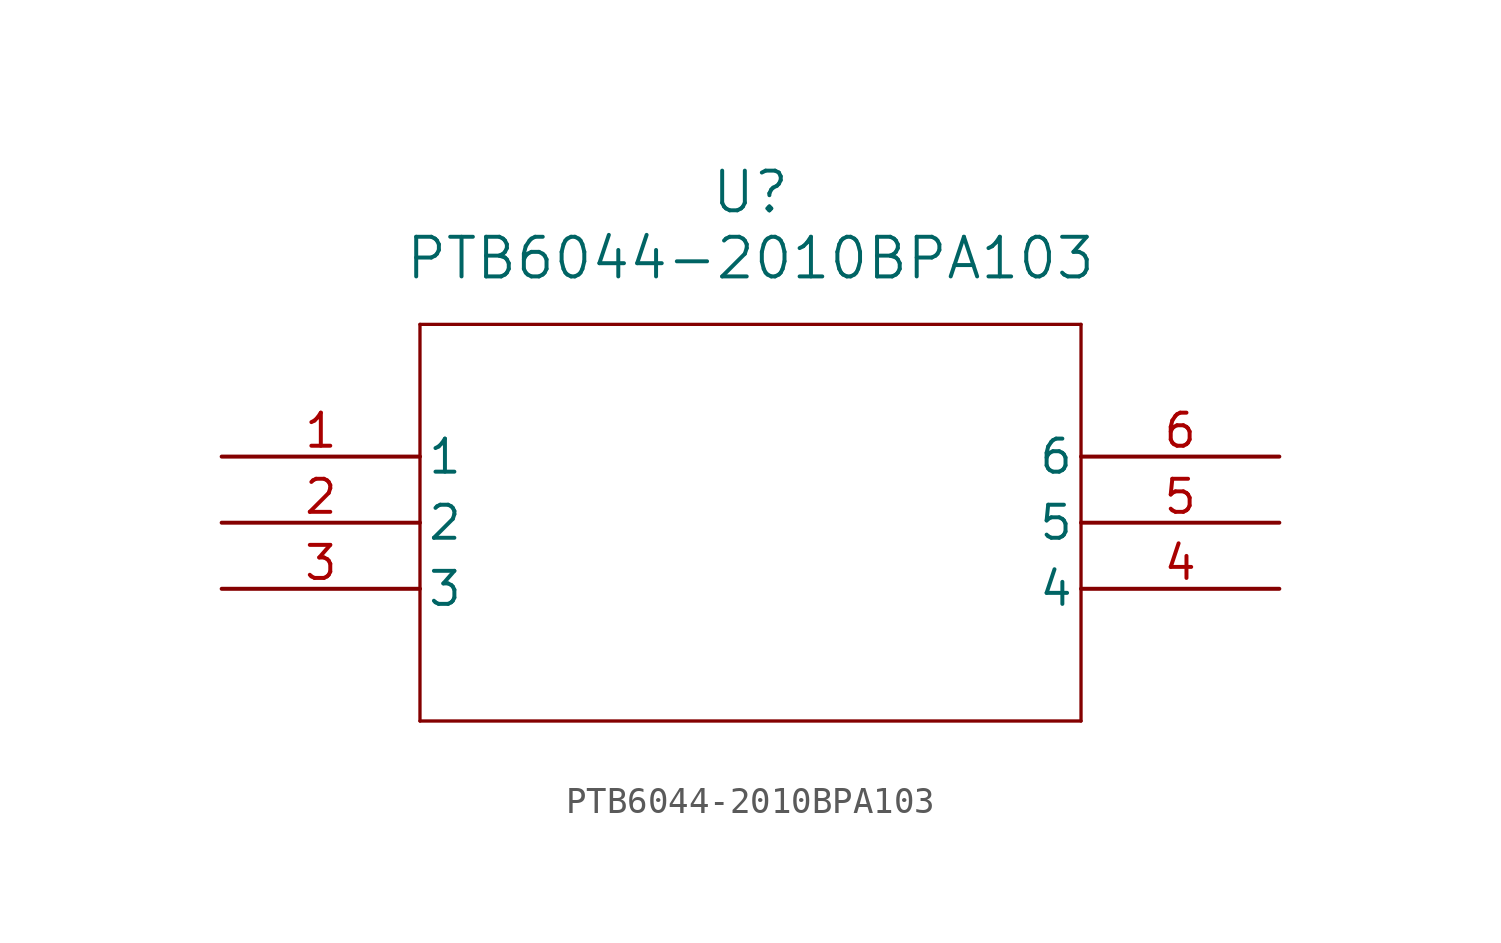
<source format=kicad_sym>
(kicad_symbol_lib
  (version 20211014)
  (generator kicad_symbol_editor)
  (symbol "PTB6044-2010BPA103"
    (pin_names
      (offset 0.254))
    (property "Reference" "U"
      (at 20.32 10.16 0)
      (effects (font (size 1.524 1.524))))
    (property "Value" "PTB6044-2010BPA103"
      (at 20.32 7.62 0)
      (effects (font (size 1.524 1.524))))
    (symbol "PTB6044-2010BPA103_0_1"
      (polyline (pts (xy 7.62 5.08) (xy 7.62 -10.16)) (stroke (width 0.127) (type default) (color 0 0 0 0)) (fill (type none)))
      (polyline (pts (xy 7.62 -10.16) (xy 33.02 -10.16)) (stroke (width 0.127) (type default) (color 0 0 0 0)) (fill (type none)))
      (polyline (pts (xy 33.02 -10.16) (xy 33.02 5.08)) (stroke (width 0.127) (type default) (color 0 0 0 0)) (fill (type none)))
      (polyline (pts (xy 33.02 5.08) (xy 7.62 5.08)) (stroke (width 0.127) (type default) (color 0 0 0 0)) (fill (type none)))
      (pin unspecified line (at 0 0 0) (length 7.62) (name "1" (effects (font (size 1.27 1.27)))) (number "1" (effects (font (size 1.27 1.27)))))
      (pin unspecified line (at 0 -2.54 0) (length 7.62) (name "2" (effects (font (size 1.27 1.27)))) (number "2" (effects (font (size 1.27 1.27)))))
      (pin unspecified line (at 0 -5.08 0) (length 7.62) (name "3" (effects (font (size 1.27 1.27)))) (number "3" (effects (font (size 1.27 1.27)))))
      (pin unspecified line (at 40.64 -5.08 180) (length 7.62) (name "4" (effects (font (size 1.27 1.27)))) (number "4" (effects (font (size 1.27 1.27)))))
      (pin unspecified line (at 40.64 -2.54 180) (length 7.62) (name "5" (effects (font (size 1.27 1.27)))) (number "5" (effects (font (size 1.27 1.27)))))
      (pin unspecified line (at 40.64 0 180) (length 7.62) (name "6" (effects (font (size 1.27 1.27)))) (number "6" (effects (font (size 1.27 1.27))))))))
</source>
